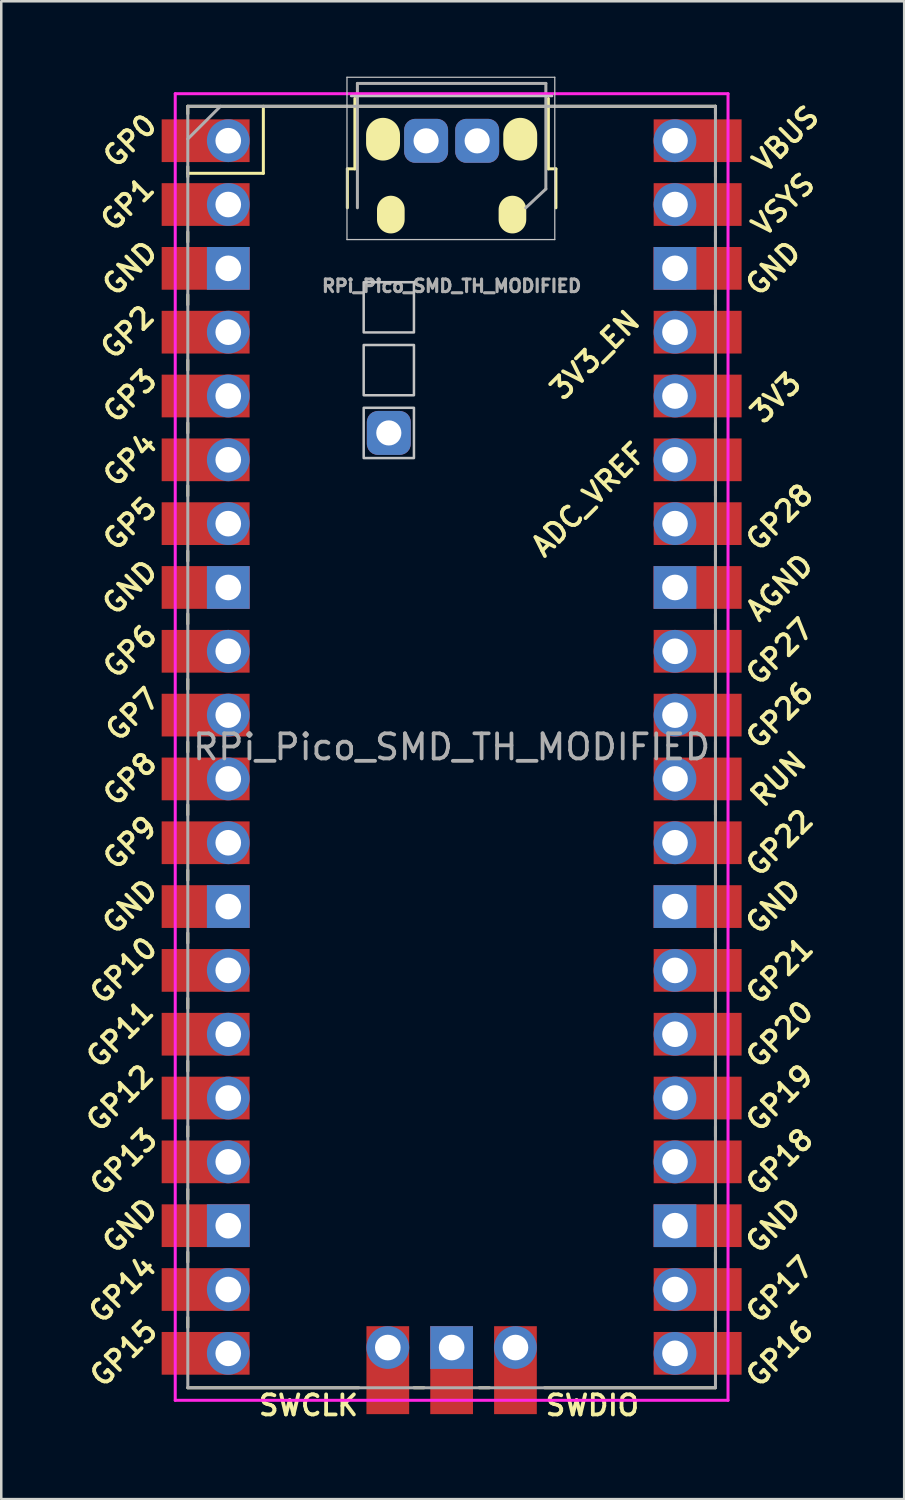
<source format=kicad_pcb>
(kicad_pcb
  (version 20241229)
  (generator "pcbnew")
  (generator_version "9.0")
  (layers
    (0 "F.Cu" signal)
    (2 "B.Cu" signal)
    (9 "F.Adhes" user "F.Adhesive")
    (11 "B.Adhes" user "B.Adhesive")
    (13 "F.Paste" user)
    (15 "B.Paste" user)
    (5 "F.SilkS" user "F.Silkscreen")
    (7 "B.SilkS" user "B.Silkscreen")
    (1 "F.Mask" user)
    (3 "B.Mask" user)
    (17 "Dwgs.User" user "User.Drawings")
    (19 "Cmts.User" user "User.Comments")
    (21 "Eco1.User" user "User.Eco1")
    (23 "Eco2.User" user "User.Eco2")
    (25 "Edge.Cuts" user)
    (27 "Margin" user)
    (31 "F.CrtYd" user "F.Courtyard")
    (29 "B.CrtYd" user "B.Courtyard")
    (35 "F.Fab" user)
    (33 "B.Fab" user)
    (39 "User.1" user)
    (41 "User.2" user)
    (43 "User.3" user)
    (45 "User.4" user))
  (footprint "RPi_Pico_SMD_TH_MODIFIED"
    (layer "F.Cu")
    (at 14.924 26.68)
    (property "Reference" "RPi_Pico_SMD_TH_MODIFIED" (at 0 0 0) (layer "F.Fab") (effects (font (size 1 1) (thickness 0.15))))
    (attr through_hole)
    (fp_line (start -10.5 -25.5) (end -10.5 -25.2) (stroke (width 0.12) (type solid)) (layer "F.SilkS"))
    (fp_line (start -10.5 -25.5) (end 10.5 -25.5) (stroke (width 0.12) (type solid)) (layer "F.SilkS"))
    (fp_line (start -10.5 -23.1) (end -10.5 -22.7) (stroke (width 0.12) (type solid)) (layer "F.SilkS"))
    (fp_line (start -10.5 -22.833) (end -7.493 -22.833) (stroke (width 0.12) (type solid)) (layer "F.SilkS"))
    (fp_line (start -10.5 -20.5) (end -10.5 -20.1) (stroke (width 0.12) (type solid)) (layer "F.SilkS"))
    (fp_line (start -10.5 -18) (end -10.5 -17.6) (stroke (width 0.12) (type solid)) (layer "F.SilkS"))
    (fp_line (start -10.5 -15.4) (end -10.5 -15) (stroke (width 0.12) (type solid)) (layer "F.SilkS"))
    (fp_line (start -10.5 -12.9) (end -10.5 -12.5) (stroke (width 0.12) (type solid)) (layer "F.SilkS"))
    (fp_line (start -10.5 -10.4) (end -10.5 -10) (stroke (width 0.12) (type solid)) (layer "F.SilkS"))
    (fp_line (start -10.5 -7.8) (end -10.5 -7.4) (stroke (width 0.12) (type solid)) (layer "F.SilkS"))
    (fp_line (start -10.5 -5.3) (end -10.5 -4.9) (stroke (width 0.12) (type solid)) (layer "F.SilkS"))
    (fp_line (start -10.5 -2.7) (end -10.5 -2.3) (stroke (width 0.12) (type solid)) (layer "F.SilkS"))
    (fp_line (start -10.5 -0.2) (end -10.5 0.2) (stroke (width 0.12) (type solid)) (layer "F.SilkS"))
    (fp_line (start -10.5 2.3) (end -10.5 2.7) (stroke (width 0.12) (type solid)) (layer "F.SilkS"))
    (fp_line (start -10.5 4.9) (end -10.5 5.3) (stroke (width 0.12) (type solid)) (layer "F.SilkS"))
    (fp_line (start -10.5 7.4) (end -10.5 7.8) (stroke (width 0.12) (type solid)) (layer "F.SilkS"))
    (fp_line (start -10.5 10) (end -10.5 10.4) (stroke (width 0.12) (type solid)) (layer "F.SilkS"))
    (fp_line (start -10.5 12.5) (end -10.5 12.9) (stroke (width 0.12) (type solid)) (layer "F.SilkS"))
    (fp_line (start -10.5 15.1) (end -10.5 15.5) (stroke (width 0.12) (type solid)) (layer "F.SilkS"))
    (fp_line (start -10.5 17.6) (end -10.5 18) (stroke (width 0.12) (type solid)) (layer "F.SilkS"))
    (fp_line (start -10.5 20.1) (end -10.5 20.5) (stroke (width 0.12) (type solid)) (layer "F.SilkS"))
    (fp_line (start -10.5 22.7) (end -10.5 23.1) (stroke (width 0.12) (type solid)) (layer "F.SilkS"))
    (fp_line (start -7.493 -22.833) (end -7.493 -25.5) (stroke (width 0.12) (type solid)) (layer "F.SilkS"))
    (fp_line (start -4.15 -23.01) (end -4.15 -21.46) (stroke (width 0.12) (type solid)) (layer "F.SilkS"))
    (fp_line (start -3.85 -25.81) (end -3.85 -23.01) (stroke (width 0.12) (type solid)) (layer "F.SilkS"))
    (fp_line (start -3.85 -23.01) (end -4.15 -23.01) (stroke (width 0.12) (type solid)) (layer "F.SilkS"))
    (fp_line (start -3.7 25.5) (end -10.5 25.5) (stroke (width 0.12) (type solid)) (layer "F.SilkS"))
    (fp_line (start -1.5 25.5) (end -1.1 25.5) (stroke (width 0.12) (type solid)) (layer "F.SilkS"))
    (fp_line (start 1.1 25.5) (end 1.5 25.5) (stroke (width 0.12) (type solid)) (layer "F.SilkS"))
    (fp_line (start 3.85 -25.81) (end 3.85 -23.01) (stroke (width 0.12) (type solid)) (layer "F.SilkS"))
    (fp_line (start 4.15 -23.01) (end 3.85 -23.01) (stroke (width 0.12) (type solid)) (layer "F.SilkS"))
    (fp_line (start 4.15 -23.01) (end 4.15 -21.46) (stroke (width 0.12) (type solid)) (layer "F.SilkS"))
    (fp_line (start 10.5 -25.5) (end 10.5 -25.2) (stroke (width 0.12) (type solid)) (layer "F.SilkS"))
    (fp_line (start 10.5 -23.1) (end 10.5 -22.7) (stroke (width 0.12) (type solid)) (layer "F.SilkS"))
    (fp_line (start 10.5 -20.5) (end 10.5 -20.1) (stroke (width 0.12) (type solid)) (layer "F.SilkS"))
    (fp_line (start 10.5 -18) (end 10.5 -17.6) (stroke (width 0.12) (type solid)) (layer "F.SilkS"))
    (fp_line (start 10.5 -15.4) (end 10.5 -15) (stroke (width 0.12) (type solid)) (layer "F.SilkS"))
    (fp_line (start 10.5 -12.9) (end 10.5 -12.5) (stroke (width 0.12) (type solid)) (layer "F.SilkS"))
    (fp_line (start 10.5 -10.4) (end 10.5 -10) (stroke (width 0.12) (type solid)) (layer "F.SilkS"))
    (fp_line (start 10.5 -7.8) (end 10.5 -7.4) (stroke (width 0.12) (type solid)) (layer "F.SilkS"))
    (fp_line (start 10.5 -5.3) (end 10.5 -4.9) (stroke (width 0.12) (type solid)) (layer "F.SilkS"))
    (fp_line (start 10.5 -2.7) (end 10.5 -2.3) (stroke (width 0.12) (type solid)) (layer "F.SilkS"))
    (fp_line (start 10.5 -0.2) (end 10.5 0.2) (stroke (width 0.12) (type solid)) (layer "F.SilkS"))
    (fp_line (start 10.5 2.3) (end 10.5 2.7) (stroke (width 0.12) (type solid)) (layer "F.SilkS"))
    (fp_line (start 10.5 4.9) (end 10.5 5.3) (stroke (width 0.12) (type solid)) (layer "F.SilkS"))
    (fp_line (start 10.5 7.4) (end 10.5 7.8) (stroke (width 0.12) (type solid)) (layer "F.SilkS"))
    (fp_line (start 10.5 10) (end 10.5 10.4) (stroke (width 0.12) (type solid)) (layer "F.SilkS"))
    (fp_line (start 10.5 12.5) (end 10.5 12.9) (stroke (width 0.12) (type solid)) (layer "F.SilkS"))
    (fp_line (start 10.5 15.1) (end 10.5 15.5) (stroke (width 0.12) (type solid)) (layer "F.SilkS"))
    (fp_line (start 10.5 17.6) (end 10.5 18) (stroke (width 0.12) (type solid)) (layer "F.SilkS"))
    (fp_line (start 10.5 20.1) (end 10.5 20.5) (stroke (width 0.12) (type solid)) (layer "F.SilkS"))
    (fp_line (start 10.5 22.7) (end 10.5 23.1) (stroke (width 0.12) (type solid)) (layer "F.SilkS"))
    (fp_line (start 10.5 25.5) (end 3.7 25.5) (stroke (width 0.12) (type solid)) (layer "F.SilkS"))
    (fp_line (start -4.165 -26.655) (end -4.165 -20.195) (stroke (width 0.05) (type solid)) (layer "Dwgs.User"))
    (fp_line (start -4.165 -26.655) (end 4.105 -26.655) (stroke (width 0.05) (type solid)) (layer "Dwgs.User"))
    (fp_line (start 4 -25.91) (end -4 -25.91) (stroke (width 0.1) (type solid)) (layer "Dwgs.User"))
    (fp_line (start 4.105 -20.195) (end -4.165 -20.195) (stroke (width 0.05) (type solid)) (layer "Dwgs.User"))
    (fp_line (start 4.105 -20.195) (end 4.105 -26.655) (stroke (width 0.05) (type solid)) (layer "Dwgs.User"))
    (fp_poly (pts (xy -1.5 -16.5) (xy -3.5 -16.5) (xy -3.5 -18.5) (xy -1.5 -18.5)) (stroke (width 0.1) (type solid)) (fill no) (layer "Dwgs.User"))
    (fp_poly (pts (xy -1.5 -14) (xy -3.5 -14) (xy -3.5 -16) (xy -1.5 -16)) (stroke (width 0.1) (type solid)) (fill no) (layer "Dwgs.User"))
    (fp_poly (pts (xy -1.5 -11.5) (xy -3.5 -11.5) (xy -3.5 -13.5) (xy -1.5 -13.5)) (stroke (width 0.1) (type solid)) (fill no) (layer "Dwgs.User"))
    (fp_line (start -11 -26) (end 11 -26) (stroke (width 0.12) (type solid)) (layer "F.CrtYd"))
    (fp_line (start -11 26) (end -11 -26) (stroke (width 0.12) (type solid)) (layer "F.CrtYd"))
    (fp_line (start 11 -26) (end 11 26) (stroke (width 0.12) (type solid)) (layer "F.CrtYd"))
    (fp_line (start 11 26) (end -11 26) (stroke (width 0.12) (type solid)) (layer "F.CrtYd"))
    (fp_line (start -10.5 -25.5) (end 10.5 -25.5) (stroke (width 0.12) (type solid)) (layer "F.Fab"))
    (fp_line (start -10.5 -24.2) (end -9.2 -25.5) (stroke (width 0.12) (type solid)) (layer "F.Fab"))
    (fp_line (start -10.5 25.5) (end -10.5 -25.5) (stroke (width 0.12) (type solid)) (layer "F.Fab"))
    (fp_line (start -3.75 -26.41) (end 3.75 -26.41) (stroke (width 0.12) (type solid)) (layer "F.Fab"))
    (fp_line (start -3.75 -21.46) (end -3.75 -26.41) (stroke (width 0.12) (type solid)) (layer "F.Fab"))
    (fp_line (start 3.75 -26.41) (end 3.75 -22.21) (stroke (width 0.12) (type solid)) (layer "F.Fab"))
    (fp_line (start 3.75 -22.21) (end 2.95 -21.46) (stroke (width 0.12) (type solid)) (layer "F.Fab"))
    (fp_line (start 10.5 -25.5) (end 10.5 25.5) (stroke (width 0.12) (type solid)) (layer "F.Fab"))
    (fp_line (start 10.5 25.5) (end -10.5 25.5) (stroke (width 0.12) (type solid)) (layer "F.Fab"))
    (fp_text user "GP8" (at -12.8 1.27 45) (layer "F.SilkS") (effects (font (size 0.8 0.8) (thickness 0.15))))
    (fp_text user "AGND" (at 13.054 -6.35 45) (layer "F.SilkS") (effects (font (size 0.8 0.8) (thickness 0.15))))
    (fp_text user "GP7" (at -12.7 -1.3 45) (layer "F.SilkS") (effects (font (size 0.8 0.8) (thickness 0.15))))
    (fp_text user "GP20" (at 13.054 11.43 45) (layer "F.SilkS") (effects (font (size 0.8 0.8) (thickness 0.15))))
    (fp_text user "GP12" (at -13.2 13.97 45) (layer "F.SilkS") (effects (font (size 0.8 0.8) (thickness 0.15))))
    (fp_text user "GP6" (at -12.8 -3.81 45) (layer "F.SilkS") (effects (font (size 0.8 0.8) (thickness 0.15))))
    (fp_text user "GP28" (at 13.054 -9.144 45) (layer "F.SilkS") (effects (font (size 0.8 0.8) (thickness 0.15))))
    (fp_text user "GND" (at -12.8 6.35 45) (layer "F.SilkS") (effects (font (size 0.8 0.8) (thickness 0.15))))
    (fp_text user "GP16" (at 13.054 24.13 45) (layer "F.SilkS") (effects (font (size 0.8 0.8) (thickness 0.15))))
    (fp_text user "GP22" (at 13.054 3.81 45) (layer "F.SilkS") (effects (font (size 0.8 0.8) (thickness 0.15))))
    (fp_text user "GP27" (at 13.054 -3.8 45) (layer "F.SilkS") (effects (font (size 0.8 0.8) (thickness 0.15))))
    (fp_text user "GP13" (at -13.054 16.51 45) (layer "F.SilkS") (effects (font (size 0.8 0.8) (thickness 0.15))))
    (fp_text user "GP3" (at -12.8 -13.97 45) (layer "F.SilkS") (effects (font (size 0.8 0.8) (thickness 0.15))))
    (fp_text user "GND" (at -12.8 19.05 45) (layer "F.SilkS") (effects (font (size 0.8 0.8) (thickness 0.15))))
    (fp_text user "VSYS" (at 13.2 -21.59 45) (layer "F.SilkS") (effects (font (size 0.8 0.8) (thickness 0.15))))
    (fp_text user "GP26" (at 13.054 -1.27 45) (layer "F.SilkS") (effects (font (size 0.8 0.8) (thickness 0.15))))
    (fp_text user "GP21" (at 13.054 8.9 45) (layer "F.SilkS") (effects (font (size 0.8 0.8) (thickness 0.15))))
    (fp_text user "GND" (at 12.8 19.05 45) (layer "F.SilkS") (effects (font (size 0.8 0.8) (thickness 0.15))))
    (fp_text user "RUN" (at 13 1.27 45) (layer "F.SilkS") (effects (font (size 0.8 0.8) (thickness 0.15))))
    (fp_text user "GND" (at 12.8 -19.05 45) (layer "F.SilkS") (effects (font (size 0.8 0.8) (thickness 0.15))))
    (fp_text user "GP4" (at -12.8 -11.43 45) (layer "F.SilkS") (effects (font (size 0.8 0.8) (thickness 0.15))))
    (fp_text user "GP2" (at -12.9 -16.51 45) (layer "F.SilkS") (effects (font (size 0.8 0.8) (thickness 0.15))))
    (fp_text user "3V3" (at 12.9 -13.9 45) (layer "F.SilkS") (effects (font (size 0.8 0.8) (thickness 0.15))))
    (fp_text user "GP15" (at -13.054 24.13 45) (layer "F.SilkS") (effects (font (size 0.8 0.8) (thickness 0.15))))
    (fp_text user "GND" (at -12.8 -6.35 45) (layer "F.SilkS") (effects (font (size 0.8 0.8) (thickness 0.15))))
    (fp_text user "GP14" (at -13.1 21.59 45) (layer "F.SilkS") (effects (font (size 0.8 0.8) (thickness 0.15))))
    (fp_text user "GP19" (at 13.054 13.97 45) (layer "F.SilkS") (effects (font (size 0.8 0.8) (thickness 0.15))))
    (fp_text user "3V3_EN" (at 5.7 -15.6 45) (layer "F.SilkS") (effects (font (size 0.8 0.8) (thickness 0.15))))
    (fp_text user "GP5" (at -12.8 -8.89 45) (layer "F.SilkS") (effects (font (size 0.8 0.8) (thickness 0.15))))
    (fp_text user "GP18" (at 13.054 16.51 45) (layer "F.SilkS") (effects (font (size 0.8 0.8) (thickness 0.15))))
    (fp_text user "SWCLK" (at -5.7 26.2 0) (layer "F.SilkS") (effects (font (size 0.8 0.8) (thickness 0.15))))
    (fp_text user "GP10" (at -13.054 8.89 45) (layer "F.SilkS") (effects (font (size 0.8 0.8) (thickness 0.15))))
    (fp_text user "GP17" (at 13.054 21.59 45) (layer "F.SilkS") (effects (font (size 0.8 0.8) (thickness 0.15))))
    (fp_text user "VBUS" (at 13.3 -24.2 45) (layer "F.SilkS") (effects (font (size 0.8 0.8) (thickness 0.15))))
    (fp_text user "GP9" (at -12.8 3.81 45) (layer "F.SilkS") (effects (font (size 0.8 0.8) (thickness 0.15))))
    (fp_text user "GP0" (at -12.8 -24.13 45) (layer "F.SilkS") (effects (font (size 0.8 0.8) (thickness 0.15))))
    (fp_text user "ADC_VREF" (at 5.45 -9.85 45) (layer "F.SilkS") (effects (font (size 0.8 0.8) (thickness 0.15))))
    (fp_text user "GP11" (at -13.2 11.43 45) (layer "F.SilkS") (effects (font (size 0.8 0.8) (thickness 0.15))))
    (fp_text user "GND" (at 12.8 6.35 45) (layer "F.SilkS") (effects (font (size 0.8 0.8) (thickness 0.15))))
    (fp_text user "GP1" (at -12.9 -21.6 45) (layer "F.SilkS") (effects (font (size 0.8 0.8) (thickness 0.15))))
    (fp_text user "GND" (at -12.8 -19.05 45) (layer "F.SilkS") (effects (font (size 0.8 0.8) (thickness 0.15))))
    (fp_text user "SWDIO" (at 5.6 26.2 0) (layer "F.SilkS") (effects (font (size 0.8 0.8) (thickness 0.15))))
    (fp_text user "${REFERENCE}" (at 0 -18.35 180) (layer "F.Fab") (effects (font (size 0.5 0.5) (thickness 0.125))))
    (pad "" smd oval (at -2.73 -24.19 270) (size 1.7 1.35) (layers "F.SilkS"))
    (pad "" smd oval (at -2.42 -21.19 270) (size 1.5 1.1) (layers "F.SilkS"))
    (pad "" smd oval (at 2.42 -21.19 270) (size 1.5 1.1) (layers "F.SilkS"))
    (pad "" smd oval (at 2.73 -24.19 270) (size 1.7 1.35) (layers "F.SilkS"))
    (pad "1" thru_hole oval (at -8.89 -24.13) (size 1.7 1.7) (drill 1.02) (layers "*.Cu" "*.Mask"))
    (pad "1" smd rect (at -8.89 -24.13) (size 3.5 1.7) (drill (offset -0.9 0)) (layers "F.Cu" "F.Mask"))
    (pad "2" thru_hole oval (at -8.89 -21.59) (size 1.7 1.7) (drill 1.02) (layers "*.Cu" "*.Mask"))
    (pad "2" smd rect (at -8.89 -21.59) (size 3.5 1.7) (drill (offset -0.9 0)) (layers "F.Cu" "F.Mask"))
    (pad "3" thru_hole rect (at -8.89 -19.05) (size 1.7 1.7) (drill 1.02) (layers "*.Cu" "*.Mask"))
    (pad "3" smd rect (at -8.89 -19.05) (size 3.5 1.7) (drill (offset -0.9 0)) (layers "F.Cu" "F.Mask"))
    (pad "4" thru_hole oval (at -8.89 -16.51) (size 1.7 1.7) (drill 1.02) (layers "*.Cu" "*.Mask"))
    (pad "4" smd rect (at -8.89 -16.51) (size 3.5 1.7) (drill (offset -0.9 0)) (layers "F.Cu" "F.Mask"))
    (pad "5" thru_hole oval (at -8.89 -13.97) (size 1.7 1.7) (drill 1.02) (layers "*.Cu" "*.Mask"))
    (pad "5" smd rect (at -8.89 -13.97) (size 3.5 1.7) (drill (offset -0.9 0)) (layers "F.Cu" "F.Mask"))
    (pad "6" thru_hole oval (at -8.89 -11.43) (size 1.7 1.7) (drill 1.02) (layers "*.Cu" "*.Mask"))
    (pad "6" smd rect (at -8.89 -11.43) (size 3.5 1.7) (drill (offset -0.9 0)) (layers "F.Cu" "F.Mask"))
    (pad "7" thru_hole oval (at -8.89 -8.89) (size 1.7 1.7) (drill 1.02) (layers "*.Cu" "*.Mask"))
    (pad "7" smd rect (at -8.89 -8.89) (size 3.5 1.7) (drill (offset -0.9 0)) (layers "F.Cu" "F.Mask"))
    (pad "8" thru_hole rect (at -8.89 -6.35) (size 1.7 1.7) (drill 1.02) (layers "*.Cu" "*.Mask"))
    (pad "8" smd rect (at -8.89 -6.35) (size 3.5 1.7) (drill (offset -0.9 0)) (layers "F.Cu" "F.Mask"))
    (pad "9" thru_hole oval (at -8.89 -3.81) (size 1.7 1.7) (drill 1.02) (layers "*.Cu" "*.Mask"))
    (pad "9" smd rect (at -8.89 -3.81) (size 3.5 1.7) (drill (offset -0.9 0)) (layers "F.Cu" "F.Mask"))
    (pad "10" thru_hole oval (at -8.89 -1.27) (size 1.7 1.7) (drill 1.02) (layers "*.Cu" "*.Mask"))
    (pad "10" smd rect (at -8.89 -1.27) (size 3.5 1.7) (drill (offset -0.9 0)) (layers "F.Cu" "F.Mask"))
    (pad "11" thru_hole oval (at -8.89 1.27) (size 1.7 1.7) (drill 1.02) (layers "*.Cu" "*.Mask"))
    (pad "11" smd rect (at -8.89 1.27) (size 3.5 1.7) (drill (offset -0.9 0)) (layers "F.Cu" "F.Mask"))
    (pad "12" thru_hole oval (at -8.89 3.81) (size 1.7 1.7) (drill 1.02) (layers "*.Cu" "*.Mask"))
    (pad "12" smd rect (at -8.89 3.81) (size 3.5 1.7) (drill (offset -0.9 0)) (layers "F.Cu" "F.Mask"))
    (pad "13" thru_hole rect (at -8.89 6.35) (size 1.7 1.7) (drill 1.02) (layers "*.Cu" "*.Mask"))
    (pad "13" smd rect (at -8.89 6.35) (size 3.5 1.7) (drill (offset -0.9 0)) (layers "F.Cu" "F.Mask"))
    (pad "14" thru_hole oval (at -8.89 8.89) (size 1.7 1.7) (drill 1.02) (layers "*.Cu" "*.Mask"))
    (pad "14" smd rect (at -8.89 8.89) (size 3.5 1.7) (drill (offset -0.9 0)) (layers "F.Cu" "F.Mask"))
    (pad "15" thru_hole oval (at -8.89 11.43) (size 1.7 1.7) (drill 1.02) (layers "*.Cu" "*.Mask"))
    (pad "15" smd rect (at -8.89 11.43) (size 3.5 1.7) (drill (offset -0.9 0)) (layers "F.Cu" "F.Mask"))
    (pad "16" thru_hole oval (at -8.89 13.97) (size 1.7 1.7) (drill 1.02) (layers "*.Cu" "*.Mask"))
    (pad "16" smd rect (at -8.89 13.97) (size 3.5 1.7) (drill (offset -0.9 0)) (layers "F.Cu" "F.Mask"))
    (pad "17" thru_hole oval (at -8.89 16.51) (size 1.7 1.7) (drill 1.02) (layers "*.Cu" "*.Mask"))
    (pad "17" smd rect (at -8.89 16.51) (size 3.5 1.7) (drill (offset -0.9 0)) (layers "F.Cu" "F.Mask"))
    (pad "18" thru_hole rect (at -8.89 19.05) (size 1.7 1.7) (drill 1.02) (layers "*.Cu" "*.Mask"))
    (pad "18" smd rect (at -8.89 19.05) (size 3.5 1.7) (drill (offset -0.9 0)) (layers "F.Cu" "F.Mask"))
    (pad "19" thru_hole oval (at -8.89 21.59) (size 1.7 1.7) (drill 1.02) (layers "*.Cu" "*.Mask"))
    (pad "19" smd rect (at -8.89 21.59) (size 3.5 1.7) (drill (offset -0.9 0)) (layers "F.Cu" "F.Mask"))
    (pad "20" thru_hole oval (at -8.89 24.13) (size 1.7 1.7) (drill 1.02) (layers "*.Cu" "*.Mask"))
    (pad "20" smd rect (at -8.89 24.13) (size 3.5 1.7) (drill (offset -0.9 0)) (layers "F.Cu" "F.Mask"))
    (pad "21" thru_hole oval (at 8.89 24.13) (size 1.7 1.7) (drill 1.02) (layers "*.Cu" "*.Mask"))
    (pad "21" smd rect (at 8.89 24.13) (size 3.5 1.7) (drill (offset 0.9 0)) (layers "F.Cu" "F.Mask"))
    (pad "22" thru_hole oval (at 8.89 21.59) (size 1.7 1.7) (drill 1.02) (layers "*.Cu" "*.Mask"))
    (pad "22" smd rect (at 8.89 21.59) (size 3.5 1.7) (drill (offset 0.9 0)) (layers "F.Cu" "F.Mask"))
    (pad "23" thru_hole rect (at 8.89 19.05) (size 1.7 1.7) (drill 1.02) (layers "*.Cu" "*.Mask"))
    (pad "23" smd rect (at 8.89 19.05) (size 3.5 1.7) (drill (offset 0.9 0)) (layers "F.Cu" "F.Mask"))
    (pad "24" thru_hole oval (at 8.89 16.51) (size 1.7 1.7) (drill 1.02) (layers "*.Cu" "*.Mask"))
    (pad "24" smd rect (at 8.89 16.51) (size 3.5 1.7) (drill (offset 0.9 0)) (layers "F.Cu" "F.Mask"))
    (pad "25" thru_hole oval (at 8.89 13.97) (size 1.7 1.7) (drill 1.02) (layers "*.Cu" "*.Mask"))
    (pad "25" smd rect (at 8.89 13.97) (size 3.5 1.7) (drill (offset 0.9 0)) (layers "F.Cu" "F.Mask"))
    (pad "26" thru_hole oval (at 8.89 11.43) (size 1.7 1.7) (drill 1.02) (layers "*.Cu" "*.Mask"))
    (pad "26" smd rect (at 8.89 11.43) (size 3.5 1.7) (drill (offset 0.9 0)) (layers "F.Cu" "F.Mask"))
    (pad "27" thru_hole oval (at 8.89 8.89) (size 1.7 1.7) (drill 1.02) (layers "*.Cu" "*.Mask"))
    (pad "27" smd rect (at 8.89 8.89) (size 3.5 1.7) (drill (offset 0.9 0)) (layers "F.Cu" "F.Mask"))
    (pad "28" thru_hole rect (at 8.89 6.35) (size 1.7 1.7) (drill 1.02) (layers "*.Cu" "*.Mask"))
    (pad "28" smd rect (at 8.89 6.35) (size 3.5 1.7) (drill (offset 0.9 0)) (layers "F.Cu" "F.Mask"))
    (pad "29" thru_hole oval (at 8.89 3.81) (size 1.7 1.7) (drill 1.02) (layers "*.Cu" "*.Mask"))
    (pad "29" smd rect (at 8.89 3.81) (size 3.5 1.7) (drill (offset 0.9 0)) (layers "F.Cu" "F.Mask"))
    (pad "30" thru_hole oval (at 8.89 1.27) (size 1.7 1.7) (drill 1.02) (layers "*.Cu" "*.Mask"))
    (pad "30" smd rect (at 8.89 1.27) (size 3.5 1.7) (drill (offset 0.9 0)) (layers "F.Cu" "F.Mask"))
    (pad "31" thru_hole oval (at 8.89 -1.27) (size 1.7 1.7) (drill 1.02) (layers "*.Cu" "*.Mask"))
    (pad "31" smd rect (at 8.89 -1.27) (size 3.5 1.7) (drill (offset 0.9 0)) (layers "F.Cu" "F.Mask"))
    (pad "32" thru_hole oval (at 8.89 -3.81) (size 1.7 1.7) (drill 1.02) (layers "*.Cu" "*.Mask"))
    (pad "32" smd rect (at 8.89 -3.81) (size 3.5 1.7) (drill (offset 0.9 0)) (layers "F.Cu" "F.Mask"))
    (pad "33" thru_hole rect (at 8.89 -6.35) (size 1.7 1.7) (drill 1.02) (layers "*.Cu" "*.Mask"))
    (pad "33" smd rect (at 8.89 -6.35) (size 3.5 1.7) (drill (offset 0.9 0)) (layers "F.Cu" "F.Mask"))
    (pad "34" thru_hole oval (at 8.89 -8.89) (size 1.7 1.7) (drill 1.02) (layers "*.Cu" "*.Mask"))
    (pad "34" smd rect (at 8.89 -8.89) (size 3.5 1.7) (drill (offset 0.9 0)) (layers "F.Cu" "F.Mask"))
    (pad "35" thru_hole oval (at 8.89 -11.43) (size 1.7 1.7) (drill 1.02) (layers "*.Cu" "*.Mask"))
    (pad "35" smd rect (at 8.89 -11.43) (size 3.5 1.7) (drill (offset 0.9 0)) (layers "F.Cu" "F.Mask"))
    (pad "36" thru_hole oval (at 8.89 -13.97) (size 1.7 1.7) (drill 1.02) (layers "*.Cu" "*.Mask"))
    (pad "36" smd rect (at 8.89 -13.97) (size 3.5 1.7) (drill (offset 0.9 0)) (layers "F.Cu" "F.Mask"))
    (pad "37" thru_hole oval (at 8.89 -16.51) (size 1.7 1.7) (drill 1.02) (layers "*.Cu" "*.Mask"))
    (pad "37" smd rect (at 8.89 -16.51) (size 3.5 1.7) (drill (offset 0.9 0)) (layers "F.Cu" "F.Mask"))
    (pad "38" thru_hole rect (at 8.89 -19.05) (size 1.7 1.7) (drill 1.02) (layers "*.Cu" "*.Mask"))
    (pad "38" smd rect (at 8.89 -19.05) (size 3.5 1.7) (drill (offset 0.9 0)) (layers "F.Cu" "F.Mask"))
    (pad "39" thru_hole oval (at 8.89 -21.59) (size 1.7 1.7) (drill 1.02) (layers "*.Cu" "*.Mask"))
    (pad "39" smd rect (at 8.89 -21.59) (size 3.5 1.7) (drill (offset 0.9 0)) (layers "F.Cu" "F.Mask"))
    (pad "40" thru_hole oval (at 8.89 -24.13) (size 1.7 1.7) (drill 1.02) (layers "*.Cu" "*.Mask"))
    (pad "40" smd rect (at 8.89 -24.13) (size 3.5 1.7) (drill (offset 0.9 0)) (layers "F.Cu" "F.Mask"))
    (pad "41" thru_hole oval (at -2.54 23.9) (size 1.7 1.7) (drill 1.02) (layers "*.Cu" "*.Mask"))
    (pad "41" smd rect (at -2.54 23.9 90) (size 3.5 1.7) (drill (offset -0.9 0)) (layers "F.Cu" "F.Mask"))
    (pad "42" thru_hole rect (at 0 23.9) (size 1.7 1.7) (drill 1.02) (layers "*.Cu" "*.Mask"))
    (pad "42" smd rect (at 0 23.9 90) (size 3.5 1.7) (drill (offset -0.9 0)) (layers "F.Cu" "F.Mask"))
    (pad "43" thru_hole oval (at 2.54 23.9) (size 1.7 1.7) (drill 1.02) (layers "*.Cu" "*.Mask"))
    (pad "43" smd rect (at 2.54 23.9 90) (size 3.5 1.7) (drill (offset -0.9 0)) (layers "F.Cu" "F.Mask"))
    (pad "TP2" thru_hole roundrect (at 1.016 -24.125) (size 1.75 1.75) (drill 1) (layers "*.Cu" "*.Mask") (roundrect_rratio 0.25))
    (pad "TP3" thru_hole roundrect (at -1.016 -24.125) (size 1.75 1.75) (drill 1) (layers "*.Cu" "*.Mask") (roundrect_rratio 0.25))
    (pad "TP6" thru_hole roundrect (at -2.5 -12.5) (size 1.75 1.75) (drill 1) (layers "*.Cu" "*.Mask") (roundrect_rratio 0.25)))
  (gr_rect
    (start -3 -3)
    (end 32.935 56.611)
    (stroke (width 0.1) (type default))
    (fill no)
    (layer "Edge.Cuts")))
</source>
